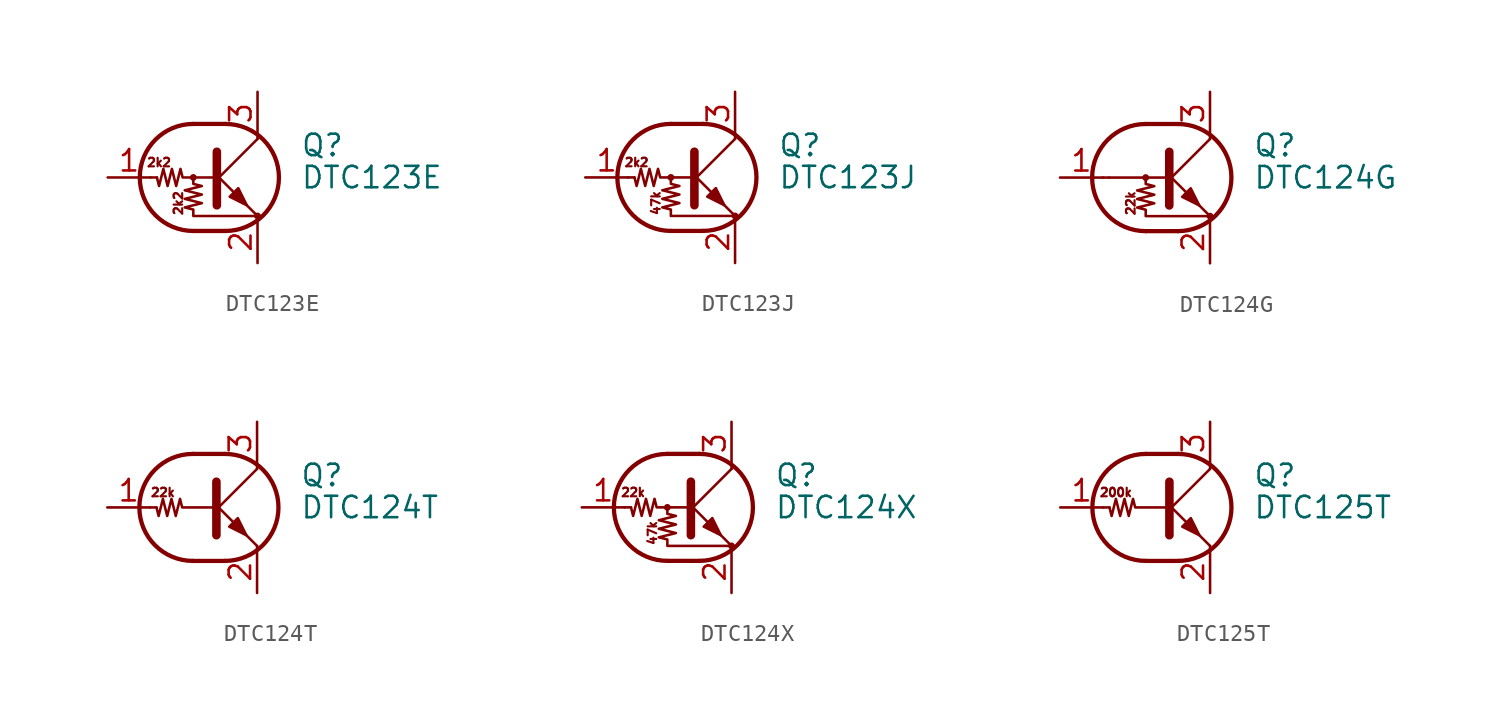
<source format=kicad_sym>
(kicad_symbol_lib
  (version 20241209)
  (generator "kicad_symbol_editor")
  (generator_version "9.0")
  (symbol "DTC123E"
    (pin_names
      (offset 0)
      (hide yes))
    (property "Reference" "Q"
      (at 5.08 1.905 0)
      (effects (font (size 1.27 1.27)) (justify left)))
    (property "Value" "DTC123E"
      (at 5.08 0 0)
      (effects (font (size 1.27 1.27)) (justify left)))
    (symbol "DTC123E_0_0"
      (text "2k2" (at -3.302 0.889 0) (effects (font (size 0.508 0.508))))
      (text "2k2" (at -2.159 -1.524 900) (effects (font (size 0.508 0.508)))))
    (symbol "DTC123E_0_1"
      (polyline (pts (xy -3.429 0) (xy -3.81 0)) (stroke (width 0) (type default)) (fill (type none)))
      (polyline (pts (xy -1.27 3.175) (xy 0.635 3.175)) (stroke (width 0.254) (type default)) (fill (type none)))
      (circle (center -1.27 0) (radius 0.127) (stroke (width 0) (type default)) (fill (type none)))
      (polyline (pts (xy -1.27 0) (xy -1.27 -0.381) (xy -0.762 -0.508) (xy -1.778 -0.762) (xy -0.762 -1.016) (xy -1.778 -1.27) (xy -0.762 -1.524) (xy -1.778 -1.778) (xy -1.27 -1.905) (xy -1.27 -2.286) (xy 2.54 -2.286)) (stroke (width 0) (type default)) (fill (type none)))
      (polyline (pts (xy -1.27 -3.175) (xy 0.635 -3.175)) (stroke (width 0.254) (type default)) (fill (type none)))
      (arc (start -1.27 -3.175) (mid -4.4312 0) (end -1.27 3.175) (stroke (width 0.254) (type default)) (fill (type none)))
      (polyline (pts (xy 0 0) (xy -1.905 0) (xy -2.032 0.508) (xy -2.286 -0.508) (xy -2.54 0.508) (xy -2.794 -0.508) (xy -3.048 0.508) (xy -3.302 -0.508) (xy -3.429 0)) (stroke (width 0) (type default)) (fill (type none)))
      (polyline (pts (xy 0 -0.254) (xy 2.54 2.286)) (stroke (width 0) (type default)) (fill (type none)))
      (polyline (pts (xy 0.127 1.524) (xy 0.127 -1.651)) (stroke (width 0.508) (type default)) (fill (type outline)))
      (arc (start 0.635 3.175) (mid 3.7962 0) (end 0.635 -3.175) (stroke (width 0.254) (type default)) (fill (type none)))
      (polyline (pts (xy 0.889 -1.143) (xy 1.397 -0.635) (xy 1.905 -1.651) (xy 0.889 -1.143)) (stroke (width 0) (type default)) (fill (type outline)))
      (polyline (pts (xy 2.54 2.286) (xy 2.54 2.54)) (stroke (width 0) (type default)) (fill (type none)))
      (polyline (pts (xy 2.54 -2.286) (xy 0 0.254) (xy 0 0.254)) (stroke (width 0) (type default)) (fill (type none)))
      (circle (center 2.54 -2.286) (radius 0.127) (stroke (width 0) (type default)) (fill (type none))))
    (symbol "DTC123E_1_1"
      (pin input line (at -6.35 0 0) (length 2.54) (name "B" (effects (font (size 1.27 1.27)))) (number "1" (effects (font (size 1.27 1.27)))))
      (pin passive line (at 2.54 5.08 270) (length 2.54) (name "C" (effects (font (size 1.27 1.27)))) (number "3" (effects (font (size 1.27 1.27)))))
      (pin passive line (at 2.54 -5.08 90) (length 2.54) (name "E" (effects (font (size 1.27 1.27)))) (number "2" (effects (font (size 1.27 1.27)))))))
  (symbol "DTC123J"
    (pin_names
      (offset 0)
      (hide yes))
    (property "Reference" "Q"
      (at 5.08 1.905 0)
      (effects (font (size 1.27 1.27)) (justify left)))
    (property "Value" "DTC123J"
      (at 5.08 0 0)
      (effects (font (size 1.27 1.27)) (justify left)))
    (symbol "DTC123J_0_0"
      (text "2k2" (at -3.302 0.889 0) (effects (font (size 0.508 0.508))))
      (text "47k" (at -2.159 -1.524 900) (effects (font (size 0.508 0.508)))))
    (symbol "DTC123J_0_1"
      (polyline (pts (xy -3.429 0) (xy -3.81 0)) (stroke (width 0) (type default)) (fill (type none)))
      (polyline (pts (xy -1.27 3.175) (xy 0.635 3.175)) (stroke (width 0.254) (type default)) (fill (type none)))
      (circle (center -1.27 0) (radius 0.127) (stroke (width 0) (type default)) (fill (type none)))
      (polyline (pts (xy -1.27 0) (xy -1.27 -0.381) (xy -0.762 -0.508) (xy -1.778 -0.762) (xy -0.762 -1.016) (xy -1.778 -1.27) (xy -0.762 -1.524) (xy -1.778 -1.778) (xy -1.27 -1.905) (xy -1.27 -2.286) (xy 2.54 -2.286)) (stroke (width 0) (type default)) (fill (type none)))
      (polyline (pts (xy -1.27 -3.175) (xy 0.635 -3.175)) (stroke (width 0.254) (type default)) (fill (type none)))
      (arc (start -1.27 -3.175) (mid -4.4312 0) (end -1.27 3.175) (stroke (width 0.254) (type default)) (fill (type none)))
      (polyline (pts (xy 0 0) (xy -1.905 0) (xy -2.032 0.508) (xy -2.286 -0.508) (xy -2.54 0.508) (xy -2.794 -0.508) (xy -3.048 0.508) (xy -3.302 -0.508) (xy -3.429 0)) (stroke (width 0) (type default)) (fill (type none)))
      (polyline (pts (xy 0 -0.254) (xy 2.54 2.286)) (stroke (width 0) (type default)) (fill (type none)))
      (polyline (pts (xy 0.127 1.524) (xy 0.127 -1.651)) (stroke (width 0.508) (type default)) (fill (type outline)))
      (arc (start 0.635 3.175) (mid 3.7962 0) (end 0.635 -3.175) (stroke (width 0.254) (type default)) (fill (type none)))
      (polyline (pts (xy 0.889 -1.143) (xy 1.397 -0.635) (xy 1.905 -1.651) (xy 0.889 -1.143)) (stroke (width 0) (type default)) (fill (type outline)))
      (polyline (pts (xy 2.54 2.286) (xy 2.54 2.54)) (stroke (width 0) (type default)) (fill (type none)))
      (polyline (pts (xy 2.54 -2.286) (xy 0 0.254) (xy 0 0.254)) (stroke (width 0) (type default)) (fill (type none)))
      (circle (center 2.54 -2.286) (radius 0.127) (stroke (width 0) (type default)) (fill (type none))))
    (symbol "DTC123J_1_1"
      (pin input line (at -6.35 0 0) (length 2.54) (name "B" (effects (font (size 1.27 1.27)))) (number "1" (effects (font (size 1.27 1.27)))))
      (pin passive line (at 2.54 5.08 270) (length 2.54) (name "C" (effects (font (size 1.27 1.27)))) (number "3" (effects (font (size 1.27 1.27)))))
      (pin passive line (at 2.54 -5.08 90) (length 2.54) (name "E" (effects (font (size 1.27 1.27)))) (number "2" (effects (font (size 1.27 1.27)))))))
  (symbol "DTC124G"
    (pin_names
      (offset 0)
      (hide yes))
    (property "Reference" "Q"
      (at 5.08 1.905 0)
      (effects (font (size 1.27 1.27)) (justify left)))
    (property "Value" "DTC124G"
      (at 5.08 0 0)
      (effects (font (size 1.27 1.27)) (justify left)))
    (symbol "DTC124G_0_0"
      (polyline (pts (xy -3.429 0) (xy 0 0)) (stroke (width 0) (type default)) (fill (type none)))
      (text "22k" (at -2.159 -1.524 900) (effects (font (size 0.508 0.508)))))
    (symbol "DTC124G_0_1"
      (polyline (pts (xy -3.429 0) (xy -3.81 0)) (stroke (width 0) (type default)) (fill (type none)))
      (polyline (pts (xy -1.27 3.175) (xy 0.635 3.175)) (stroke (width 0.254) (type default)) (fill (type none)))
      (circle (center -1.27 0) (radius 0.127) (stroke (width 0) (type default)) (fill (type none)))
      (polyline (pts (xy -1.27 0) (xy -1.27 -0.381) (xy -0.762 -0.508) (xy -1.778 -0.762) (xy -0.762 -1.016) (xy -1.778 -1.27) (xy -0.762 -1.524) (xy -1.778 -1.778) (xy -1.27 -1.905) (xy -1.27 -2.286) (xy 2.54 -2.286)) (stroke (width 0) (type default)) (fill (type none)))
      (polyline (pts (xy -1.27 -3.175) (xy 0.635 -3.175)) (stroke (width 0.254) (type default)) (fill (type none)))
      (arc (start -1.27 -3.175) (mid -4.4312 0) (end -1.27 3.175) (stroke (width 0.254) (type default)) (fill (type none)))
      (polyline (pts (xy 0 -0.254) (xy 2.54 2.286)) (stroke (width 0) (type default)) (fill (type none)))
      (polyline (pts (xy 0.127 1.524) (xy 0.127 -1.651)) (stroke (width 0.508) (type default)) (fill (type outline)))
      (arc (start 0.635 3.175) (mid 3.7962 0) (end 0.635 -3.175) (stroke (width 0.254) (type default)) (fill (type none)))
      (polyline (pts (xy 0.889 -1.143) (xy 1.397 -0.635) (xy 1.905 -1.651) (xy 0.889 -1.143)) (stroke (width 0) (type default)) (fill (type outline)))
      (polyline (pts (xy 2.54 2.286) (xy 2.54 2.54)) (stroke (width 0) (type default)) (fill (type none)))
      (polyline (pts (xy 2.54 -2.286) (xy 0 0.254) (xy 0 0.254)) (stroke (width 0) (type default)) (fill (type none)))
      (circle (center 2.54 -2.286) (radius 0.127) (stroke (width 0) (type default)) (fill (type none))))
    (symbol "DTC124G_1_1"
      (pin input line (at -6.35 0 0) (length 2.54) (name "B" (effects (font (size 1.27 1.27)))) (number "1" (effects (font (size 1.27 1.27)))))
      (pin passive line (at 2.54 5.08 270) (length 2.54) (name "C" (effects (font (size 1.27 1.27)))) (number "3" (effects (font (size 1.27 1.27)))))
      (pin passive line (at 2.54 -5.08 90) (length 2.54) (name "E" (effects (font (size 1.27 1.27)))) (number "2" (effects (font (size 1.27 1.27)))))))
  (symbol "DTC124T"
    (pin_names
      (offset 0)
      (hide yes))
    (property "Reference" "Q"
      (at 5.08 1.905 0)
      (effects (font (size 1.27 1.27)) (justify left)))
    (property "Value" "DTC124T"
      (at 5.08 0 0)
      (effects (font (size 1.27 1.27)) (justify left)))
    (symbol "DTC124T_0_0"
      (polyline (pts (xy 2.54 -2.286) (xy 2.54 -2.54)) (stroke (width 0) (type default)) (fill (type none)))
      (text "22k" (at -3.048 0.889 0) (effects (font (size 0.508 0.508)))))
    (symbol "DTC124T_0_1"
      (polyline (pts (xy -3.429 0) (xy -3.81 0)) (stroke (width 0) (type default)) (fill (type none)))
      (polyline (pts (xy -1.27 3.175) (xy 0.635 3.175)) (stroke (width 0.254) (type default)) (fill (type none)))
      (polyline (pts (xy -1.27 -3.175) (xy 0.635 -3.175)) (stroke (width 0.254) (type default)) (fill (type none)))
      (arc (start -1.27 -3.175) (mid -4.4312 0) (end -1.27 3.175) (stroke (width 0.254) (type default)) (fill (type none)))
      (polyline (pts (xy 0 0) (xy -1.905 0) (xy -2.032 0.508) (xy -2.286 -0.508) (xy -2.54 0.508) (xy -2.794 -0.508) (xy -3.048 0.508) (xy -3.302 -0.508) (xy -3.429 0)) (stroke (width 0) (type default)) (fill (type none)))
      (polyline (pts (xy 0 -0.254) (xy 2.54 2.286)) (stroke (width 0) (type default)) (fill (type none)))
      (polyline (pts (xy 0.127 1.524) (xy 0.127 -1.651)) (stroke (width 0.508) (type default)) (fill (type outline)))
      (arc (start 0.635 3.175) (mid 3.7962 0) (end 0.635 -3.175) (stroke (width 0.254) (type default)) (fill (type none)))
      (polyline (pts (xy 0.889 -1.143) (xy 1.397 -0.635) (xy 1.905 -1.651) (xy 0.889 -1.143)) (stroke (width 0) (type default)) (fill (type outline)))
      (polyline (pts (xy 2.54 2.286) (xy 2.54 2.54)) (stroke (width 0) (type default)) (fill (type none)))
      (polyline (pts (xy 2.54 -2.286) (xy 0 0.254) (xy 0 0.254)) (stroke (width 0) (type default)) (fill (type none))))
    (symbol "DTC124T_1_1"
      (pin input line (at -6.35 0 0) (length 2.54) (name "B" (effects (font (size 1.27 1.27)))) (number "1" (effects (font (size 1.27 1.27)))))
      (pin passive line (at 2.54 5.08 270) (length 2.54) (name "C" (effects (font (size 1.27 1.27)))) (number "3" (effects (font (size 1.27 1.27)))))
      (pin passive line (at 2.54 -5.08 90) (length 2.54) (name "E" (effects (font (size 1.27 1.27)))) (number "2" (effects (font (size 1.27 1.27)))))))
  (symbol "DTC124X"
    (pin_names
      (offset 0)
      (hide yes))
    (property "Reference" "Q"
      (at 5.08 1.905 0)
      (effects (font (size 1.27 1.27)) (justify left)))
    (property "Value" "DTC124X"
      (at 5.08 0 0)
      (effects (font (size 1.27 1.27)) (justify left)))
    (symbol "DTC124X_0_0"
      (text "22k" (at -3.302 0.889 0) (effects (font (size 0.508 0.508))))
      (text "47k" (at -2.159 -1.524 900) (effects (font (size 0.508 0.508)))))
    (symbol "DTC124X_0_1"
      (polyline (pts (xy -3.429 0) (xy -3.81 0)) (stroke (width 0) (type default)) (fill (type none)))
      (polyline (pts (xy -1.27 3.175) (xy 0.635 3.175)) (stroke (width 0.254) (type default)) (fill (type none)))
      (circle (center -1.27 0) (radius 0.127) (stroke (width 0) (type default)) (fill (type none)))
      (polyline (pts (xy -1.27 0) (xy -1.27 -0.381) (xy -0.762 -0.508) (xy -1.778 -0.762) (xy -0.762 -1.016) (xy -1.778 -1.27) (xy -0.762 -1.524) (xy -1.778 -1.778) (xy -1.27 -1.905) (xy -1.27 -2.286) (xy 2.54 -2.286)) (stroke (width 0) (type default)) (fill (type none)))
      (polyline (pts (xy -1.27 -3.175) (xy 0.635 -3.175)) (stroke (width 0.254) (type default)) (fill (type none)))
      (arc (start -1.27 -3.175) (mid -4.4312 0) (end -1.27 3.175) (stroke (width 0.254) (type default)) (fill (type none)))
      (polyline (pts (xy 0 0) (xy -1.905 0) (xy -2.032 0.508) (xy -2.286 -0.508) (xy -2.54 0.508) (xy -2.794 -0.508) (xy -3.048 0.508) (xy -3.302 -0.508) (xy -3.429 0)) (stroke (width 0) (type default)) (fill (type none)))
      (polyline (pts (xy 0 -0.254) (xy 2.54 2.286)) (stroke (width 0) (type default)) (fill (type none)))
      (polyline (pts (xy 0.127 1.524) (xy 0.127 -1.651)) (stroke (width 0.508) (type default)) (fill (type outline)))
      (arc (start 0.635 3.175) (mid 3.7962 0) (end 0.635 -3.175) (stroke (width 0.254) (type default)) (fill (type none)))
      (polyline (pts (xy 0.889 -1.143) (xy 1.397 -0.635) (xy 1.905 -1.651) (xy 0.889 -1.143)) (stroke (width 0) (type default)) (fill (type outline)))
      (polyline (pts (xy 2.54 2.286) (xy 2.54 2.54)) (stroke (width 0) (type default)) (fill (type none)))
      (polyline (pts (xy 2.54 -2.286) (xy 0 0.254) (xy 0 0.254)) (stroke (width 0) (type default)) (fill (type none)))
      (circle (center 2.54 -2.286) (radius 0.127) (stroke (width 0) (type default)) (fill (type none))))
    (symbol "DTC124X_1_1"
      (pin input line (at -6.35 0 0) (length 2.54) (name "B" (effects (font (size 1.27 1.27)))) (number "1" (effects (font (size 1.27 1.27)))))
      (pin passive line (at 2.54 5.08 270) (length 2.54) (name "C" (effects (font (size 1.27 1.27)))) (number "3" (effects (font (size 1.27 1.27)))))
      (pin passive line (at 2.54 -5.08 90) (length 2.54) (name "E" (effects (font (size 1.27 1.27)))) (number "2" (effects (font (size 1.27 1.27)))))))
  (symbol "DTC125T"
    (pin_names
      (offset 0)
      (hide yes))
    (property "Reference" "Q"
      (at 5.08 1.905 0)
      (effects (font (size 1.27 1.27)) (justify left)))
    (property "Value" "DTC125T"
      (at 5.08 0 0)
      (effects (font (size 1.27 1.27)) (justify left)))
    (symbol "DTC125T_0_0"
      (polyline (pts (xy 2.54 -2.286) (xy 2.54 -2.54)) (stroke (width 0) (type default)) (fill (type none)))
      (text "200k" (at -3.048 0.889 0) (effects (font (size 0.508 0.508)))))
    (symbol "DTC125T_0_1"
      (polyline (pts (xy -3.429 0) (xy -3.81 0)) (stroke (width 0) (type default)) (fill (type none)))
      (polyline (pts (xy -1.27 3.175) (xy 0.635 3.175)) (stroke (width 0.254) (type default)) (fill (type none)))
      (polyline (pts (xy -1.27 -3.175) (xy 0.635 -3.175)) (stroke (width 0.254) (type default)) (fill (type none)))
      (arc (start -1.27 -3.175) (mid -4.4312 0) (end -1.27 3.175) (stroke (width 0.254) (type default)) (fill (type none)))
      (polyline (pts (xy 0 0) (xy -1.905 0) (xy -2.032 0.508) (xy -2.286 -0.508) (xy -2.54 0.508) (xy -2.794 -0.508) (xy -3.048 0.508) (xy -3.302 -0.508) (xy -3.429 0)) (stroke (width 0) (type default)) (fill (type none)))
      (polyline (pts (xy 0 -0.254) (xy 2.54 2.286)) (stroke (width 0) (type default)) (fill (type none)))
      (polyline (pts (xy 0.127 1.524) (xy 0.127 -1.651)) (stroke (width 0.508) (type default)) (fill (type outline)))
      (arc (start 0.635 3.175) (mid 3.7962 0) (end 0.635 -3.175) (stroke (width 0.254) (type default)) (fill (type none)))
      (polyline (pts (xy 0.889 -1.143) (xy 1.397 -0.635) (xy 1.905 -1.651) (xy 0.889 -1.143)) (stroke (width 0) (type default)) (fill (type outline)))
      (polyline (pts (xy 2.54 2.286) (xy 2.54 2.54)) (stroke (width 0) (type default)) (fill (type none)))
      (polyline (pts (xy 2.54 -2.286) (xy 0 0.254) (xy 0 0.254)) (stroke (width 0) (type default)) (fill (type none))))
    (symbol "DTC125T_1_1"
      (pin input line (at -6.35 0 0) (length 2.54) (name "B" (effects (font (size 1.27 1.27)))) (number "1" (effects (font (size 1.27 1.27)))))
      (pin passive line (at 2.54 5.08 270) (length 2.54) (name "C" (effects (font (size 1.27 1.27)))) (number "3" (effects (font (size 1.27 1.27)))))
      (pin passive line (at 2.54 -5.08 90) (length 2.54) (name "E" (effects (font (size 1.27 1.27)))) (number "2" (effects (font (size 1.27 1.27))))))))
</source>
